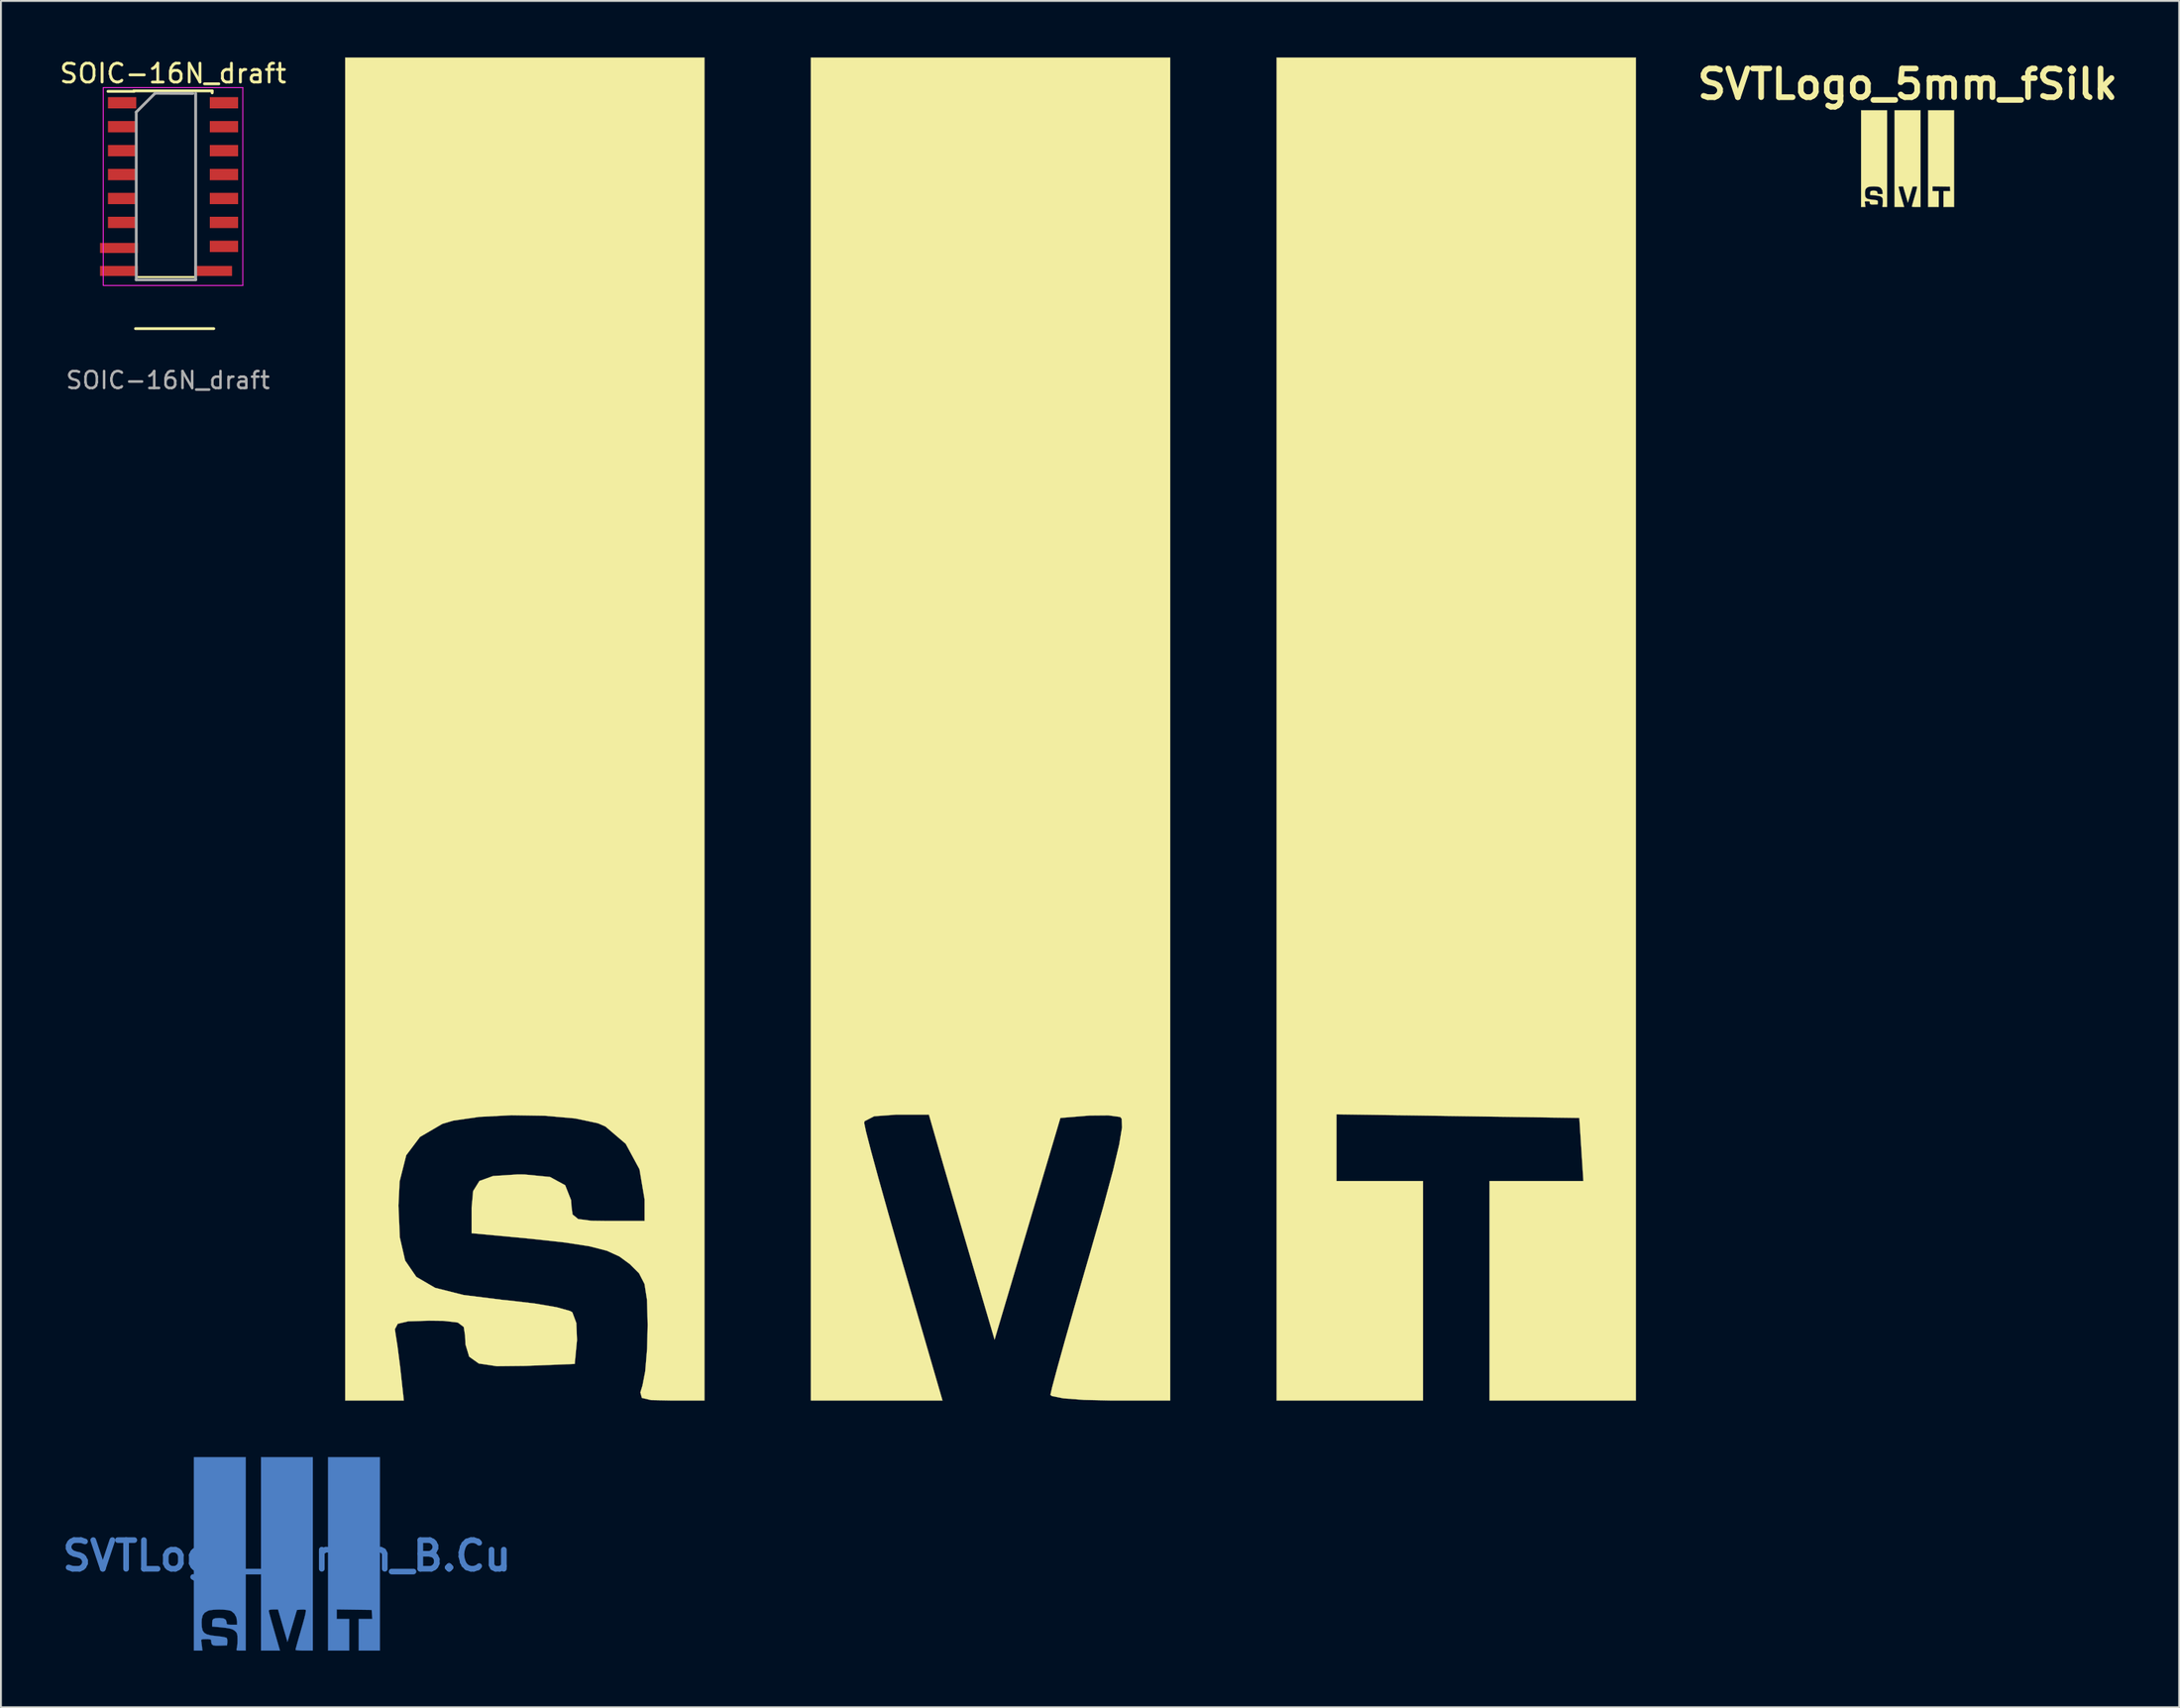
<source format=kicad_pcb>
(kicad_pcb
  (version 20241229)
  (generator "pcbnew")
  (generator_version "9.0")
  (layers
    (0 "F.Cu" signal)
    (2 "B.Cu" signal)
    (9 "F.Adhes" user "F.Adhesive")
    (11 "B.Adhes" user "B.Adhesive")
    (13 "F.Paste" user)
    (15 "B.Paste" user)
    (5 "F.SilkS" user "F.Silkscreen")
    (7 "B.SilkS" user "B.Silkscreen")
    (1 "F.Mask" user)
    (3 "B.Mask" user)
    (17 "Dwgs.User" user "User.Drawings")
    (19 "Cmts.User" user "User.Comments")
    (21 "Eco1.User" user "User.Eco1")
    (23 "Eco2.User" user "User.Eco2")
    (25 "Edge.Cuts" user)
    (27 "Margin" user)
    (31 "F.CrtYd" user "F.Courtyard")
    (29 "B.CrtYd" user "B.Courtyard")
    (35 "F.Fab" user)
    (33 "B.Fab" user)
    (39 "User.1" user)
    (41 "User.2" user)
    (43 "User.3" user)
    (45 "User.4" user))
  (footprint "SVT-Logo"
    (layer "F.Cu")
    (at 49.474 36.341)
    (property "Reference" "SVT-Logo" (at 0 0 0) (layer "F.SilkS") (effects (font (size 1.524 1.524) (thickness 0.3))))
    (attr through_hole)
    (fp_poly (pts (xy 34.219 34.925) (xy 26.458 34.925) (xy 26.458 23.283) (xy 31.436 23.283) (xy 31.328 21.608) (xy 31.221 19.932) (xy 24.783 19.836) (xy 18.344 19.74) (xy 18.344 23.283) (xy 22.931 23.283) (xy 22.931 34.925) (xy 15.169 34.925) (xy 15.169 -36.336) (xy 34.219 -36.336) (xy 34.219 34.925)) (stroke (width 0.01) (type solid)) (fill yes) (layer "F.SilkS"))
    (fp_poly (pts (xy 9.525 34.925) (xy 6.35 34.925) (xy 4.952 34.894) (xy 3.868 34.811) (xy 3.255 34.691) (xy 3.175 34.624) (xy 3.27 34.21) (xy 3.534 33.223) (xy 3.938 31.767) (xy 4.454 29.948) (xy 5.053 27.868) (xy 5.25 27.189) (xy 5.977 24.646) (xy 6.497 22.713) (xy 6.824 21.33) (xy 6.972 20.438) (xy 6.953 19.975) (xy 6.875 19.881) (xy 6.246 19.796) (xy 5.273 19.805) (xy 5.064 19.82) (xy 3.704 19.932) (xy 1.959 25.814) (xy 0.214 31.696) (xy -0.944 27.754) (xy -1.476 25.94) (xy -2.001 24.143) (xy -2.448 22.606) (xy -2.685 21.784) (xy -3.268 19.756) (xy -4.985 19.756) (xy -6.17 19.843) (xy -6.679 20.104) (xy -6.7 20.197) (xy -6.605 20.654) (xy -6.339 21.682) (xy -5.933 23.173) (xy -5.415 25.02) (xy -4.816 27.116) (xy -4.623 27.781) (xy -2.548 34.925) (xy -9.525 34.925) (xy -9.525 -36.336) (xy 9.525 -36.336) (xy 9.525 34.925)) (stroke (width 0.01) (type solid)) (fill yes) (layer "F.SilkS"))
    (fp_poly (pts (xy -15.169 34.925) (xy -16.957 34.925) (xy -18.001 34.904) (xy -18.488 34.788) (xy -18.568 34.497) (xy -18.456 34.131) (xy -18.31 33.377) (xy -18.211 32.185) (xy -18.18 30.915) (xy -18.216 29.586) (xy -18.347 28.745) (xy -18.637 28.178) (xy -19.13 27.686) (xy -19.68 27.284) (xy -20.344 26.98) (xy -21.259 26.744) (xy -22.56 26.542) (xy -24.384 26.343) (xy -25.135 26.271) (xy -27.517 26.049) (xy -27.517 24.704) (xy -27.436 23.811) (xy -27.103 23.277) (xy -26.377 23.014) (xy -25.12 22.933) (xy -24.736 22.931) (xy -23.36 23.064) (xy -22.556 23.502) (xy -22.239 24.304) (xy -22.225 24.589) (xy -22.164 25.054) (xy -21.867 25.297) (xy -21.162 25.388) (xy -20.285 25.4) (xy -18.344 25.4) (xy -18.345 24.253) (xy -18.614 22.656) (xy -19.345 21.305) (xy -20.422 20.386) (xy -20.814 20.216) (xy -22.023 19.958) (xy -23.633 19.816) (xy -25.408 19.788) (xy -27.106 19.875) (xy -28.49 20.074) (xy -29.069 20.247) (xy -30.252 20.939) (xy -30.982 21.91) (xy -31.334 23.301) (xy -31.397 24.58) (xy -31.324 26.267) (xy -31.04 27.501) (xy -30.447 28.367) (xy -29.451 28.947) (xy -27.952 29.326) (xy -25.856 29.588) (xy -25.592 29.613) (xy -24.168 29.778) (xy -23.006 29.977) (xy -22.292 30.177) (xy -22.176 30.247) (xy -21.964 30.816) (xy -21.928 31.719) (xy -21.935 31.793) (xy -22.049 32.985) (xy -24.663 33.09) (xy -26.185 33.106) (xy -27.136 32.964) (xy -27.646 32.6) (xy -27.842 31.948) (xy -27.864 31.485) (xy -27.933 31.026) (xy -28.247 30.789) (xy -28.979 30.702) (xy -29.777 30.692) (xy -30.881 30.724) (xy -31.432 30.855) (xy -31.582 31.136) (xy -31.562 31.309) (xy -31.447 32.043) (xy -31.311 33.109) (xy -31.275 33.426) (xy -31.112 34.925) (xy -34.219 34.925) (xy -34.219 -36.336) (xy -15.169 -36.336) (xy -15.169 34.925)) (stroke (width 0.01) (type solid)) (fill yes) (layer "F.SilkS")))
  (footprint "SVTLogo_10mm_B.Cu"
    (layer "F.Cu")
    (at 12.163 79.509)
    (property "Reference" "SVTLogo_10mm_B.Cu" (at 0 0 0) (layer "B.Cu") (effects (font (size 1.524 1.524) (thickness 0.3))))
    (attr through_hole)
    (fp_poly (pts (xy 4.928 5.029) (xy 3.81 5.029) (xy 3.81 3.353) (xy 4.527 3.353) (xy 4.496 2.87) (xy 2.642 2.843) (xy 2.642 3.353) (xy 3.302 3.353) (xy 3.302 5.029) (xy 2.184 5.029) (xy 2.184 -5.232) (xy 4.928 -5.232) (xy 4.928 5.029)) (stroke (width 0.01) (type solid)) (fill yes) (layer "B.Cu"))
    (fp_poly (pts (xy 1.372 5.029) (xy 0.914 5.029) (xy 0.713 5.025) (xy 0.557 5.013) (xy 0.469 4.996) (xy 0.457 4.986) (xy 0.471 4.926) (xy 0.509 4.784) (xy 0.567 4.574) (xy 0.641 4.312) (xy 0.728 4.013) (xy 0.756 3.915) (xy 0.861 3.549) (xy 0.936 3.271) (xy 0.983 3.072) (xy 1.004 2.943) (xy 1.001 2.876) (xy 0.99 2.863) (xy 0.899 2.851) (xy 0.759 2.852) (xy 0.729 2.854) (xy 0.533 2.87) (xy 0.282 3.717) (xy 0.031 4.564) (xy -0.136 3.997) (xy -0.213 3.735) (xy -0.288 3.477) (xy -0.352 3.255) (xy -0.387 3.137) (xy -0.471 2.845) (xy -0.718 2.845) (xy -0.888 2.857) (xy -0.962 2.895) (xy -0.965 2.908) (xy -0.951 2.974) (xy -0.913 3.122) (xy -0.854 3.337) (xy -0.78 3.603) (xy -0.693 3.905) (xy -0.666 4) (xy -0.367 5.029) (xy -1.372 5.029) (xy -1.372 -5.232) (xy 1.372 -5.232) (xy 1.372 5.029)) (stroke (width 0.01) (type solid)) (fill yes) (layer "B.Cu"))
    (fp_poly (pts (xy -2.184 5.029) (xy -2.442 5.029) (xy -2.592 5.026) (xy -2.662 5.009) (xy -2.674 4.968) (xy -2.658 4.915) (xy -2.637 4.806) (xy -2.622 4.635) (xy -2.618 4.452) (xy -2.623 4.26) (xy -2.642 4.139) (xy -2.684 4.058) (xy -2.755 3.987) (xy -2.834 3.929) (xy -2.93 3.885) (xy -3.061 3.851) (xy -3.249 3.822) (xy -3.511 3.793) (xy -3.619 3.783) (xy -3.962 3.751) (xy -3.962 3.557) (xy -3.951 3.429) (xy -3.903 3.352) (xy -3.798 3.314) (xy -3.617 3.302) (xy -3.562 3.302) (xy -3.364 3.321) (xy -3.248 3.384) (xy -3.202 3.5) (xy -3.2 3.541) (xy -3.192 3.608) (xy -3.149 3.643) (xy -3.047 3.656) (xy -2.921 3.658) (xy -2.642 3.658) (xy -2.642 3.493) (xy -2.68 3.262) (xy -2.786 3.068) (xy -2.941 2.936) (xy -2.997 2.911) (xy -3.171 2.874) (xy -3.403 2.853) (xy -3.659 2.85) (xy -3.903 2.862) (xy -4.103 2.891) (xy -4.186 2.916) (xy -4.356 3.015) (xy -4.461 3.155) (xy -4.512 3.355) (xy -4.521 3.54) (xy -4.511 3.782) (xy -4.47 3.96) (xy -4.384 4.085) (xy -4.241 4.168) (xy -4.025 4.223) (xy -3.723 4.261) (xy -3.685 4.264) (xy -3.48 4.288) (xy -3.313 4.317) (xy -3.21 4.346) (xy -3.193 4.356) (xy -3.163 4.438) (xy -3.158 4.568) (xy -3.159 4.578) (xy -3.175 4.75) (xy -3.552 4.765) (xy -3.771 4.767) (xy -3.908 4.747) (xy -3.981 4.694) (xy -4.009 4.6) (xy -4.012 4.534) (xy -4.022 4.468) (xy -4.068 4.434) (xy -4.173 4.421) (xy -4.288 4.42) (xy -4.447 4.424) (xy -4.526 4.443) (xy -4.548 4.484) (xy -4.545 4.508) (xy -4.528 4.614) (xy -4.509 4.768) (xy -4.504 4.813) (xy -4.48 5.029) (xy -4.928 5.029) (xy -4.928 -5.232) (xy -2.184 -5.232) (xy -2.184 5.029)) (stroke (width 0.01) (type solid)) (fill yes) (layer "B.Cu")))
  (footprint "SOIC-16N_draft"
    (layer "F.Cu")
    (at 6.125 6.848)
    (property "Reference" "SOIC-16N_draft" (at 0 -6 0) (layer "F.SilkS") (effects (font (size 1 1) (thickness 0.15))))
    (attr smd)
    (fp_line (start -2.075 -5.075) (end -2.075 -5.05) (stroke (width 0.15) (type solid)) (layer "F.SilkS"))
    (fp_line (start -2.075 -5.075) (end 2.075 -5.075) (stroke (width 0.15) (type solid)) (layer "F.SilkS"))
    (fp_line (start -2.075 -5.05) (end -3.45 -5.05) (stroke (width 0.15) (type solid)) (layer "F.SilkS"))
    (fp_line (start -1.99 7.54) (end 2.16 7.54) (stroke (width 0.15) (type solid)) (layer "F.SilkS"))
    (fp_line (start -1.91 4.8) (end 1.19 4.8) (stroke (width 0.1) (type solid)) (layer "F.SilkS"))
    (fp_line (start 2.075 -5.075) (end 2.075 -4.97) (stroke (width 0.15) (type solid)) (layer "F.SilkS"))
    (fp_line (start -3.7 -5.25) (end -3.7 5.25) (stroke (width 0.05) (type solid)) (layer "F.CrtYd"))
    (fp_line (start -3.7 -5.25) (end 3.7 -5.25) (stroke (width 0.05) (type solid)) (layer "F.CrtYd"))
    (fp_line (start -3.7 5.25) (end 3.7 5.25) (stroke (width 0.05) (type solid)) (layer "F.CrtYd"))
    (fp_line (start 3.7 -5.25) (end 3.7 5.25) (stroke (width 0.05) (type solid)) (layer "F.CrtYd"))
    (fp_line (start -1.95 -3.95) (end -0.95 -4.95) (stroke (width 0.15) (type solid)) (layer "F.Fab"))
    (fp_line (start -1.95 4.95) (end -1.95 -3.95) (stroke (width 0.15) (type solid)) (layer "F.Fab"))
    (fp_line (start -1.95 4.95) (end 1.2 4.95) (stroke (width 0.15) (type solid)) (layer "F.Fab"))
    (fp_line (start -0.95 -4.95) (end 1.05 -4.94) (stroke (width 0.15) (type solid)) (layer "F.Fab"))
    (fp_line (start 1.2 -4.95) (end 1.2 4.95) (stroke (width 0.15) (type solid)) (layer "F.Fab"))
    (fp_text user "${REFERENCE}" (at -0.27 10.28 0) (layer "F.Fab") (effects (font (size 0.9 0.9) (thickness 0.135))))
    (pad "1" smd rect (at -2.7 -4.445) (size 1.5 0.6) (layers "F.Cu" "F.Mask" "F.Paste"))
    (pad "2" smd rect (at -2.7 -3.175) (size 1.5 0.6) (layers "F.Cu" "F.Mask" "F.Paste"))
    (pad "3" smd rect (at -2.7 -1.905) (size 1.5 0.6) (layers "F.Cu" "F.Mask" "F.Paste"))
    (pad "4" smd rect (at -2.7 -0.635) (size 1.5 0.6) (layers "F.Cu" "F.Mask" "F.Paste"))
    (pad "5" smd rect (at -2.7 0.635) (size 1.5 0.6) (layers "F.Cu" "F.Mask" "F.Paste"))
    (pad "6" smd rect (at -2.7 1.905) (size 1.5 0.6) (layers "F.Cu" "F.Mask" "F.Paste"))
    (pad "7" smd rect (at -2.87 3.26) (size 2 0.533) (layers "F.Cu" "F.Mask" "F.Paste"))
    (pad "8" smd rect (at -2.87 4.48) (size 2 0.533) (layers "F.Cu" "F.Mask" "F.Paste"))
    (pad "9" smd rect (at 2.13 4.48) (size 2 0.533) (layers "F.Cu" "F.Mask" "F.Paste"))
    (pad "10" smd rect (at 2.7 3.175) (size 1.5 0.6) (layers "F.Cu" "F.Mask" "F.Paste"))
    (pad "11" smd rect (at 2.7 1.905) (size 1.5 0.6) (layers "F.Cu" "F.Mask" "F.Paste"))
    (pad "12" smd rect (at 2.7 0.635) (size 1.5 0.6) (layers "F.Cu" "F.Mask" "F.Paste"))
    (pad "13" smd rect (at 2.7 -0.635) (size 1.5 0.6) (layers "F.Cu" "F.Mask" "F.Paste"))
    (pad "14" smd rect (at 2.7 -1.905) (size 1.5 0.6) (layers "F.Cu" "F.Mask" "F.Paste"))
    (pad "15" smd rect (at 2.7 -3.175) (size 1.5 0.6) (layers "F.Cu" "F.Mask" "F.Paste"))
    (pad "16" smd rect (at 2.7 -4.445) (size 1.5 0.6) (layers "F.Cu" "F.Mask" "F.Paste")))
  (footprint "SVTLogo_5mm_fSilk"
    (layer "F.Cu")
    (at 98.1 5.418)
    (property "Reference" "SVTLogo_5mm_fSilk" (at 0 -4 0) (layer "F.SilkS") (effects (font (size 1.524 1.524) (thickness 0.3))))
    (attr through_hole)
    (fp_poly (pts (xy 2.464 2.515) (xy 1.905 2.515) (xy 1.905 1.676) (xy 2.263 1.676) (xy 2.256 1.556) (xy 2.248 1.435) (xy 1.321 1.421) (xy 1.321 1.676) (xy 1.651 1.676) (xy 1.651 2.515) (xy 1.092 2.515) (xy 1.092 -2.616) (xy 2.464 -2.616) (xy 2.464 2.515)) (stroke (width 0.01) (type solid)) (fill yes) (layer "F.SilkS"))
    (fp_poly (pts (xy 0.686 2.515) (xy 0.457 2.515) (xy 0.357 2.512) (xy 0.278 2.506) (xy 0.234 2.498) (xy 0.229 2.493) (xy 0.235 2.463) (xy 0.254 2.392) (xy 0.284 2.287) (xy 0.321 2.156) (xy 0.364 2.007) (xy 0.378 1.958) (xy 0.43 1.774) (xy 0.468 1.635) (xy 0.491 1.536) (xy 0.502 1.472) (xy 0.501 1.438) (xy 0.495 1.431) (xy 0.45 1.425) (xy 0.38 1.426) (xy 0.365 1.427) (xy 0.267 1.435) (xy 0.141 1.859) (xy 0.015 2.282) (xy -0.068 1.998) (xy -0.106 1.868) (xy -0.144 1.738) (xy -0.176 1.628) (xy -0.193 1.568) (xy -0.235 1.422) (xy -0.359 1.422) (xy -0.444 1.429) (xy -0.481 1.447) (xy -0.482 1.454) (xy -0.476 1.487) (xy -0.456 1.561) (xy -0.427 1.668) (xy -0.39 1.801) (xy -0.347 1.952) (xy -0.333 2) (xy -0.183 2.515) (xy -0.686 2.515) (xy -0.686 -2.616) (xy 0.686 -2.616) (xy 0.686 2.515)) (stroke (width 0.01) (type solid)) (fill yes) (layer "F.SilkS"))
    (fp_poly (pts (xy -1.092 2.515) (xy -1.221 2.515) (xy -1.296 2.513) (xy -1.331 2.505) (xy -1.337 2.484) (xy -1.329 2.457) (xy -1.318 2.403) (xy -1.311 2.317) (xy -1.309 2.226) (xy -1.312 2.13) (xy -1.321 2.07) (xy -1.342 2.029) (xy -1.377 1.993) (xy -1.417 1.964) (xy -1.465 1.943) (xy -1.531 1.926) (xy -1.624 1.911) (xy -1.756 1.897) (xy -1.81 1.892) (xy -1.981 1.876) (xy -1.981 1.779) (xy -1.975 1.714) (xy -1.951 1.676) (xy -1.899 1.657) (xy -1.809 1.651) (xy -1.781 1.651) (xy -1.682 1.661) (xy -1.624 1.692) (xy -1.601 1.75) (xy -1.6 1.77) (xy -1.596 1.804) (xy -1.574 1.821) (xy -1.524 1.828) (xy -1.46 1.829) (xy -1.321 1.829) (xy -1.321 1.746) (xy -1.34 1.631) (xy -1.393 1.534) (xy -1.47 1.468) (xy -1.499 1.456) (xy -1.586 1.437) (xy -1.702 1.427) (xy -1.829 1.425) (xy -1.952 1.431) (xy -2.051 1.445) (xy -2.093 1.458) (xy -2.178 1.508) (xy -2.231 1.577) (xy -2.256 1.678) (xy -2.261 1.77) (xy -2.255 1.891) (xy -2.235 1.98) (xy -2.192 2.042) (xy -2.12 2.084) (xy -2.013 2.111) (xy -1.862 2.13) (xy -1.843 2.132) (xy -1.74 2.144) (xy -1.656 2.158) (xy -1.605 2.173) (xy -1.597 2.178) (xy -1.581 2.219) (xy -1.579 2.284) (xy -1.579 2.289) (xy -1.587 2.375) (xy -1.776 2.382) (xy -1.885 2.384) (xy -1.954 2.373) (xy -1.99 2.347) (xy -2.005 2.3) (xy -2.006 2.267) (xy -2.011 2.234) (xy -2.034 2.217) (xy -2.087 2.211) (xy -2.144 2.21) (xy -2.223 2.212) (xy -2.263 2.222) (xy -2.274 2.242) (xy -2.272 2.254) (xy -2.264 2.307) (xy -2.254 2.384) (xy -2.252 2.407) (xy -2.24 2.515) (xy -2.464 2.515) (xy -2.464 -2.616) (xy -1.092 -2.616) (xy -1.092 2.515)) (stroke (width 0.01) (type solid)) (fill yes) (layer "F.SilkS")))
  (gr_rect
    (start -3 -3)
    (end 112.501 87.543)
    (stroke (width 0.1) (type default))
    (fill no)
    (layer "Edge.Cuts")))
</source>
